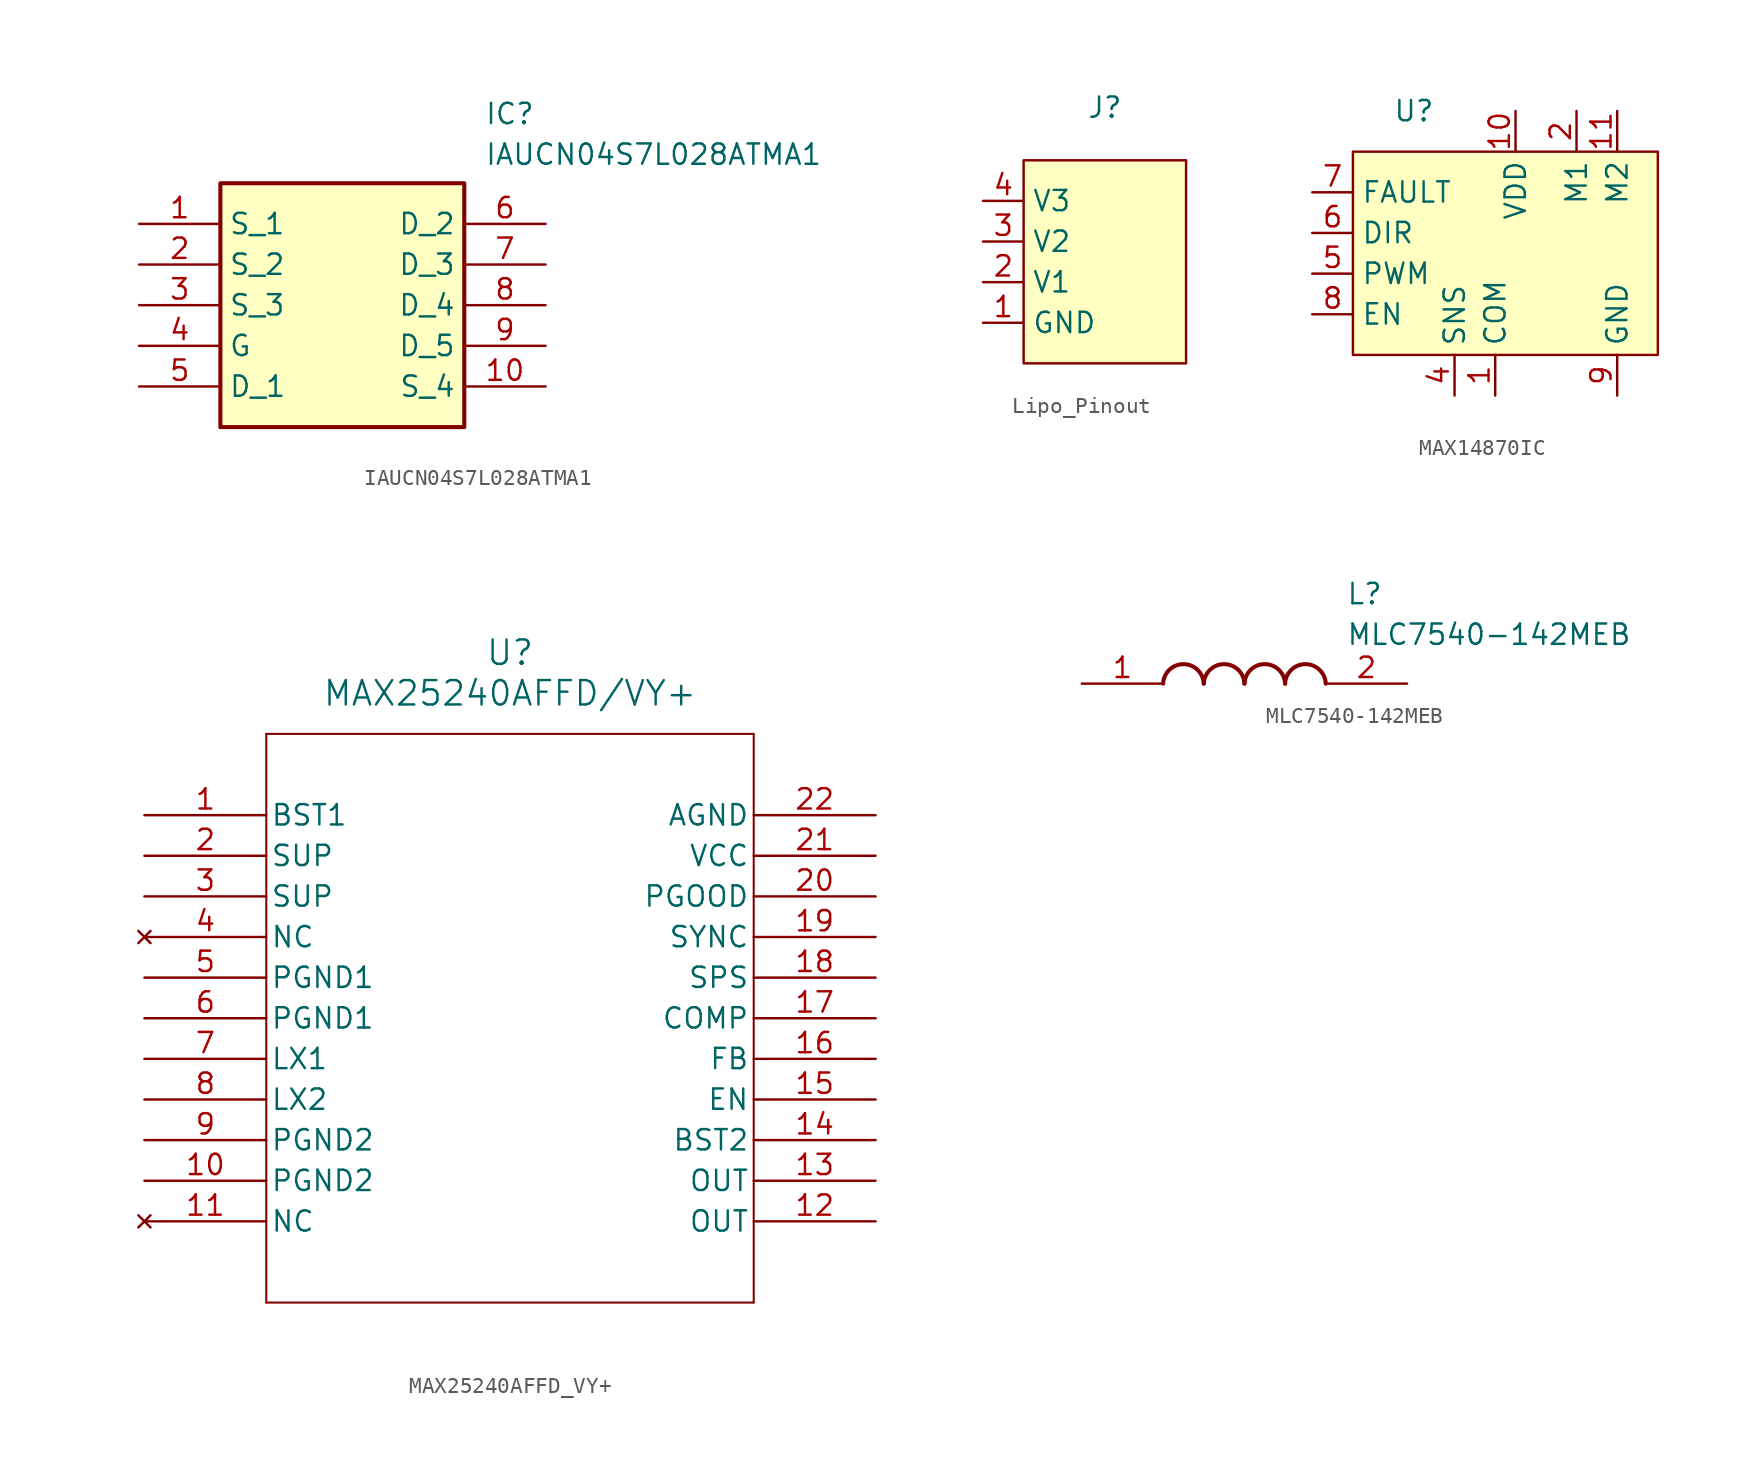
<source format=kicad_sym>
(kicad_symbol_lib
  (version 20241209)
  (generator "kicad_symbol_editor")
  (generator_version "9.0")
  (symbol "IAUCN04S7L028ATMA1"
    (property "Reference" "IC"
      (at 21.59 7.62 0)
      (effects (font (size 1.27 1.27)) (justify left top)))
    (property "Value" "IAUCN04S7L028ATMA1"
      (at 21.59 5.08 0)
      (effects (font (size 1.27 1.27)) (justify left top)))
    (symbol "IAUCN04S7L028ATMA1_1_1"
      (rectangle (start 5.08 2.54) (end 20.32 -12.7) (stroke (width 0.254) (type default)) (fill (type background)))
      (pin passive line (at 0 0 0) (length 5.08) (name "S_1" (effects (font (size 1.27 1.27)))) (number "1" (effects (font (size 1.27 1.27)))))
      (pin passive line (at 0 -2.54 0) (length 5.08) (name "S_2" (effects (font (size 1.27 1.27)))) (number "2" (effects (font (size 1.27 1.27)))))
      (pin passive line (at 0 -5.08 0) (length 5.08) (name "S_3" (effects (font (size 1.27 1.27)))) (number "3" (effects (font (size 1.27 1.27)))))
      (pin passive line (at 0 -7.62 0) (length 5.08) (name "G" (effects (font (size 1.27 1.27)))) (number "4" (effects (font (size 1.27 1.27)))))
      (pin passive line (at 0 -10.16 0) (length 5.08) (name "D_1" (effects (font (size 1.27 1.27)))) (number "5" (effects (font (size 1.27 1.27)))))
      (pin passive line (at 25.4 0 180) (length 5.08) (name "D_2" (effects (font (size 1.27 1.27)))) (number "6" (effects (font (size 1.27 1.27)))))
      (pin passive line (at 25.4 -2.54 180) (length 5.08) (name "D_3" (effects (font (size 1.27 1.27)))) (number "7" (effects (font (size 1.27 1.27)))))
      (pin passive line (at 25.4 -5.08 180) (length 5.08) (name "D_4" (effects (font (size 1.27 1.27)))) (number "8" (effects (font (size 1.27 1.27)))))
      (pin passive line (at 25.4 -7.62 180) (length 5.08) (name "D_5" (effects (font (size 1.27 1.27)))) (number "9" (effects (font (size 1.27 1.27)))))
      (pin passive line (at 25.4 -10.16 180) (length 5.08) (name "S_4" (effects (font (size 1.27 1.27)))) (number "10" (effects (font (size 1.27 1.27)))))))
  (symbol "Lipo_Pinout"
    (property "Reference" "J"
      (at 0 9.652 0)
      (effects (font (size 1.27 1.27))))
    (property "Value" ""
      (at 0 0 0)
      (effects (font (size 1.27 1.27))))
    (symbol "Lipo_Pinout_1_1"
      (rectangle (start -5.08 6.35) (end 5.08 -6.35) (stroke (width 0) (type solid)) (fill (type background)))
      (pin power_out line (at -7.62 3.81 0) (length 2.54) (name "V3" (effects (font (size 1.27 1.27)))) (number "4" (effects (font (size 1.27 1.27)))))
      (pin power_out line (at -7.62 1.27 0) (length 2.54) (name "V2" (effects (font (size 1.27 1.27)))) (number "3" (effects (font (size 1.27 1.27)))))
      (pin power_out line (at -7.62 -1.27 0) (length 2.54) (name "V1" (effects (font (size 1.27 1.27)))) (number "2" (effects (font (size 1.27 1.27)))))
      (pin power_out line (at -7.62 -3.81 0) (length 2.54) (name "GND" (effects (font (size 1.27 1.27)))) (number "1" (effects (font (size 1.27 1.27)))))))
  (symbol "MAX14870IC"
    (property "Reference" "U"
      (at 0 0 0)
      (effects (font (size 1.27 1.27))))
    (property "Value" ""
      (at 0 0 0)
      (effects (font (size 1.27 1.27))))
    (symbol "MAX14870IC_1_1"
      (rectangle (start -3.81 -2.54) (end 15.24 -15.24) (stroke (width 0) (type solid)) (fill (type background)))
      (pin passive line (at -6.35 -5.08 0) (length 2.54) (name "FAULT" (effects (font (size 1.27 1.27)))) (number "7" (effects (font (size 1.27 1.27)))))
      (pin passive line (at -6.35 -7.62 0) (length 2.54) (name "DIR" (effects (font (size 1.27 1.27)))) (number "6" (effects (font (size 1.27 1.27)))))
      (pin passive line (at -6.35 -10.16 0) (length 2.54) (name "PWM" (effects (font (size 1.27 1.27)))) (number "5" (effects (font (size 1.27 1.27)))))
      (pin passive line (at -6.35 -12.7 0) (length 2.54) (name "EN" (effects (font (size 1.27 1.27)))) (number "8" (effects (font (size 1.27 1.27)))))
      (pin passive line (at 2.54 -17.78 90) (length 2.54) (name "SNS" (effects (font (size 1.27 1.27)))) (number "4" (effects (font (size 1.27 1.27)))))
      (pin passive line (at 5.08 -17.78 90) (length 2.54) (name "COM" (effects (font (size 1.27 1.27)))) (number "1" (effects (font (size 1.27 1.27)))))
      (pin passive line (at 5.08 -17.78 90) (length 2.54) (hide yes) (name "COM" (effects (font (size 1.27 1.27)))) (number "12" (effects (font (size 1.27 1.27)))))
      (pin passive line (at 6.35 0 270) (length 2.54) (name "VDD" (effects (font (size 1.27 1.27)))) (number "10" (effects (font (size 1.27 1.27)))))
      (pin passive line (at 6.35 0 270) (length 2.54) (hide yes) (name "VDD" (effects (font (size 1.27 1.27)))) (number "3" (effects (font (size 1.27 1.27)))))
      (pin passive line (at 10.16 0 270) (length 2.54) (name "M1" (effects (font (size 1.27 1.27)))) (number "2" (effects (font (size 1.27 1.27)))))
      (pin passive line (at 12.7 0 270) (length 2.54) (name "M2" (effects (font (size 1.27 1.27)))) (number "11" (effects (font (size 1.27 1.27)))))
      (pin input line (at 12.7 -17.78 90) (length 2.54) (hide yes) (name "PAD" (effects (font (size 1.27 1.27)))) (number "13" (effects (font (size 1.27 1.27)))))
      (pin passive line (at 12.7 -17.78 90) (length 2.54) (name "GND" (effects (font (size 1.27 1.27)))) (number "9" (effects (font (size 1.27 1.27)))))))
  (symbol "MAX25240AFFD_VY+"
    (pin_names
      (offset 0.254))
    (property "Reference" "U"
      (at 22.86 10.16 0)
      (effects (font (size 1.524 1.524))))
    (property "Value" "MAX25240AFFD/VY+"
      (at 22.86 7.62 0)
      (effects (font (size 1.524 1.524))))
    (symbol "MAX25240AFFD_VY+_0_1"
      (polyline (pts (xy 7.62 5.08) (xy 7.62 -30.48)) (stroke (width 0.127) (type default)) (fill (type none)))
      (polyline (pts (xy 7.62 -30.48) (xy 38.1 -30.48)) (stroke (width 0.127) (type default)) (fill (type none)))
      (polyline (pts (xy 38.1 5.08) (xy 7.62 5.08)) (stroke (width 0.127) (type default)) (fill (type none)))
      (polyline (pts (xy 38.1 -30.48) (xy 38.1 5.08)) (stroke (width 0.127) (type default)) (fill (type none)))
      (pin power_in line (at 0 0 0) (length 7.62) (name "BST1" (effects (font (size 1.27 1.27)))) (number "1" (effects (font (size 1.27 1.27)))))
      (pin power_in line (at 0 -2.54 0) (length 7.62) (name "SUP" (effects (font (size 1.27 1.27)))) (number "2" (effects (font (size 1.27 1.27)))))
      (pin power_in line (at 0 -5.08 0) (length 7.62) (name "SUP" (effects (font (size 1.27 1.27)))) (number "3" (effects (font (size 1.27 1.27)))))
      (pin no_connect line (at 0 -7.62 0) (length 7.62) (name "NC" (effects (font (size 1.27 1.27)))) (number "4" (effects (font (size 1.27 1.27)))))
      (pin power_out line (at 0 -10.16 0) (length 7.62) (name "PGND1" (effects (font (size 1.27 1.27)))) (number "5" (effects (font (size 1.27 1.27)))))
      (pin power_out line (at 0 -12.7 0) (length 7.62) (name "PGND1" (effects (font (size 1.27 1.27)))) (number "6" (effects (font (size 1.27 1.27)))))
      (pin power_in line (at 0 -15.24 0) (length 7.62) (name "LX1" (effects (font (size 1.27 1.27)))) (number "7" (effects (font (size 1.27 1.27)))))
      (pin power_in line (at 0 -17.78 0) (length 7.62) (name "LX2" (effects (font (size 1.27 1.27)))) (number "8" (effects (font (size 1.27 1.27)))))
      (pin power_out line (at 0 -20.32 0) (length 7.62) (name "PGND2" (effects (font (size 1.27 1.27)))) (number "9" (effects (font (size 1.27 1.27)))))
      (pin power_out line (at 0 -22.86 0) (length 7.62) (name "PGND2" (effects (font (size 1.27 1.27)))) (number "10" (effects (font (size 1.27 1.27)))))
      (pin no_connect line (at 0 -25.4 0) (length 7.62) (name "NC" (effects (font (size 1.27 1.27)))) (number "11" (effects (font (size 1.27 1.27)))))
      (pin power_out line (at 45.72 0 180) (length 7.62) (name "AGND" (effects (font (size 1.27 1.27)))) (number "22" (effects (font (size 1.27 1.27)))))
      (pin power_in line (at 45.72 -2.54 180) (length 7.62) (name "VCC" (effects (font (size 1.27 1.27)))) (number "21" (effects (font (size 1.27 1.27)))))
      (pin output line (at 45.72 -5.08 180) (length 7.62) (name "PGOOD" (effects (font (size 1.27 1.27)))) (number "20" (effects (font (size 1.27 1.27)))))
      (pin input line (at 45.72 -7.62 180) (length 7.62) (name "SYNC" (effects (font (size 1.27 1.27)))) (number "19" (effects (font (size 1.27 1.27)))))
      (pin input line (at 45.72 -10.16 180) (length 7.62) (name "SPS" (effects (font (size 1.27 1.27)))) (number "18" (effects (font (size 1.27 1.27)))))
      (pin output line (at 45.72 -12.7 180) (length 7.62) (name "COMP" (effects (font (size 1.27 1.27)))) (number "17" (effects (font (size 1.27 1.27)))))
      (pin input line (at 45.72 -15.24 180) (length 7.62) (name "FB" (effects (font (size 1.27 1.27)))) (number "16" (effects (font (size 1.27 1.27)))))
      (pin input line (at 45.72 -17.78 180) (length 7.62) (name "EN" (effects (font (size 1.27 1.27)))) (number "15" (effects (font (size 1.27 1.27)))))
      (pin bidirectional line (at 45.72 -20.32 180) (length 7.62) (name "BST2" (effects (font (size 1.27 1.27)))) (number "14" (effects (font (size 1.27 1.27)))))
      (pin output line (at 45.72 -22.86 180) (length 7.62) (name "OUT" (effects (font (size 1.27 1.27)))) (number "13" (effects (font (size 1.27 1.27)))))
      (pin output line (at 45.72 -25.4 180) (length 7.62) (name "OUT" (effects (font (size 1.27 1.27)))) (number "12" (effects (font (size 1.27 1.27)))))))
  (symbol "MLC7540-142MEB"
    (pin_names
      (hide yes))
    (property "Reference" "L"
      (at 16.51 6.35 0)
      (effects (font (size 1.27 1.27)) (justify left top)))
    (property "Value" "MLC7540-142MEB"
      (at 16.51 3.81 0)
      (effects (font (size 1.27 1.27)) (justify left top)))
    (symbol "MLC7540-142MEB_1_1"
      (arc (start 5.08 0) (mid 6.35 1.219) (end 7.62 0) (stroke (width 0.254) (type default)) (fill (type none)))
      (arc (start 7.62 0) (mid 8.89 1.219) (end 10.16 0) (stroke (width 0.254) (type default)) (fill (type none)))
      (arc (start 10.16 0) (mid 11.43 1.219) (end 12.7 0) (stroke (width 0.254) (type default)) (fill (type none)))
      (arc (start 12.7 0) (mid 13.97 1.219) (end 15.24 0) (stroke (width 0.254) (type default)) (fill (type none)))
      (pin passive line (at 0 0 0) (length 5.08) (name "1" (effects (font (size 1.27 1.27)))) (number "1" (effects (font (size 1.27 1.27)))))
      (pin passive line (at 20.32 0 180) (length 5.08) (name "2" (effects (font (size 1.27 1.27)))) (number "2" (effects (font (size 1.27 1.27))))))))
</source>
